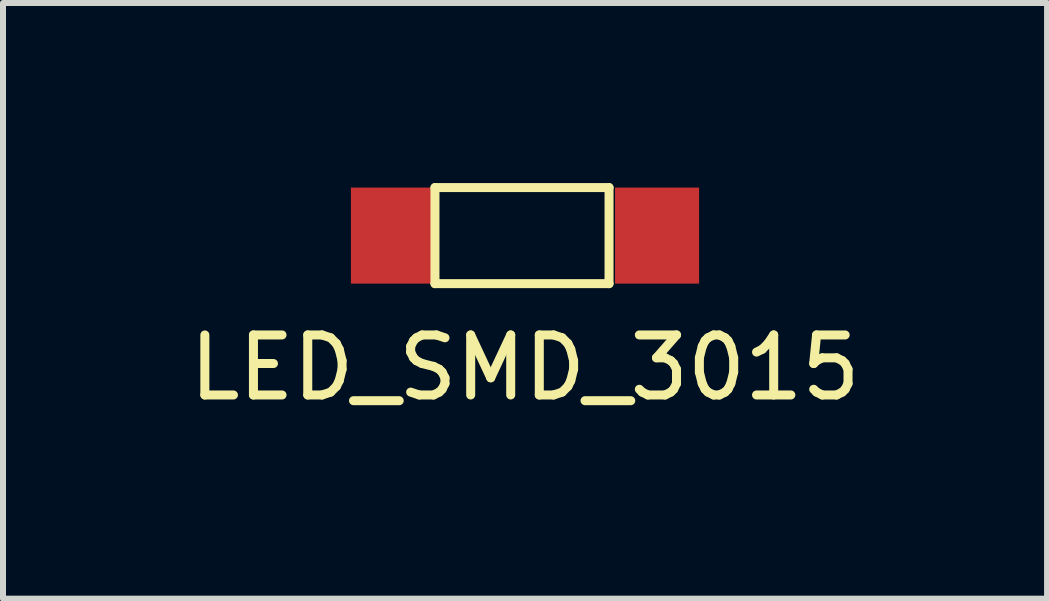
<source format=kicad_pcb>
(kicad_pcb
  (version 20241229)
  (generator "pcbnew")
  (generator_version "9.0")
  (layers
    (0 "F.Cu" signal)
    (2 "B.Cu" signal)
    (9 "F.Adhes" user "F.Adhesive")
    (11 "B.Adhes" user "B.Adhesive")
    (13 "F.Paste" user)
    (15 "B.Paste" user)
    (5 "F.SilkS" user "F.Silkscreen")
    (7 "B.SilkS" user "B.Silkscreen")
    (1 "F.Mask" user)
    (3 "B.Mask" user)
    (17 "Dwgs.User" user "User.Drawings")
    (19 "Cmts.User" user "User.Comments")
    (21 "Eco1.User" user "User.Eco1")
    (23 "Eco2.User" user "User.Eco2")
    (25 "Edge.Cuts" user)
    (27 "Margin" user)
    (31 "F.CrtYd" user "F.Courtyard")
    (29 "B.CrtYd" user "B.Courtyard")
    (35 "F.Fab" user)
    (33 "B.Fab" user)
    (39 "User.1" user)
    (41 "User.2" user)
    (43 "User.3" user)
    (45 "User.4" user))
  (footprint "LED_SMD_3015"
    (layer "F.Cu")
    (at 5.696 0.875)
    (property "Reference" "LED_SMD_3015" (at 0 2.2 0) (layer "F.SilkS") (effects (font (size 1 1) (thickness 0.15))))
    (attr through_hole)
    (fp_line (start -1.5 -0.8) (end 1.4 -0.8) (stroke (width 0.15) (type solid)) (layer "F.SilkS"))
    (fp_line (start -1.5 0.8) (end -1.5 -0.8) (stroke (width 0.15) (type solid)) (layer "F.SilkS"))
    (fp_line (start 1.4 -0.8) (end 1.4 0.8) (stroke (width 0.15) (type solid)) (layer "F.SilkS"))
    (fp_line (start 1.4 0.8) (end -1.5 0.8) (stroke (width 0.15) (type solid)) (layer "F.SilkS"))
    (pad "1" smd rect (at -2.2 0) (size 1.4 1.6) (layers "F.Cu" "F.Mask" "F.Paste"))
    (pad "2" smd rect (at 2.2 0) (size 1.4 1.6) (layers "F.Cu" "F.Mask" "F.Paste")))
  (gr_rect
    (start -3 -3)
    (end 14.393 6.923)
    (stroke (width 0.1) (type default))
    (fill no)
    (layer "Edge.Cuts")))
</source>
